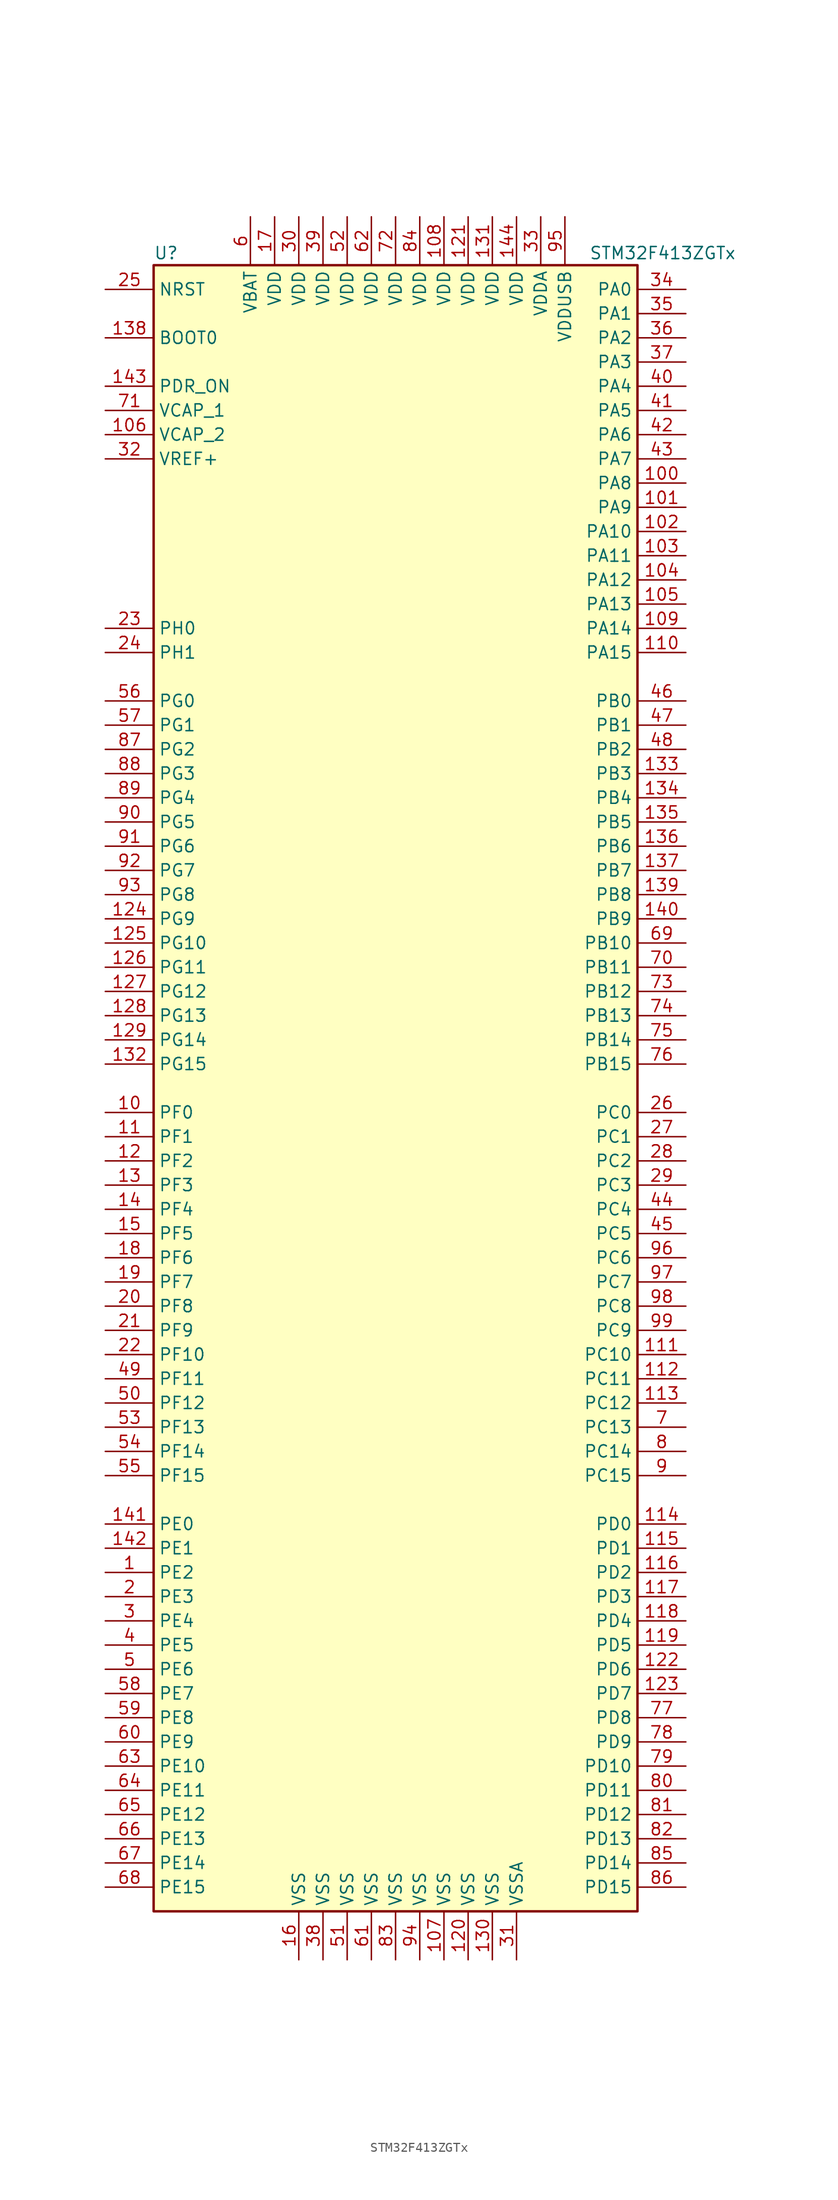
<source format=kicad_sym>
(kicad_symbol_lib
  (version 20201005)
  (generator kicad_symbol_editor)
  (symbol "MCU_ST_STM32F4:STM32F413ZGTx"
    (property "Reference" "U"
      (at -25.4 87.63 0)
      (effects (font (size 1.27 1.27)) (justify left)))
    (property "Value" "STM32F413ZGTx"
      (at 20.32 87.63 0)
      (effects (font (size 1.27 1.27)) (justify left)))
    (symbol "STM32F413ZGTx_0_1"
      (rectangle (start -25.4 -86.36) (end 25.4 86.36) (stroke (width 0.254)) (fill (type background))))
    (symbol "STM32F413ZGTx_1_1"
      (pin input line (at -30.48 78.74 0) (length 5.08) (name "BOOT0" (effects (font (size 1.27 1.27)))) (number "138" (effects (font (size 1.27 1.27)))))
      (pin input line (at -30.48 83.82 0) (length 5.08) (name "NRST" (effects (font (size 1.27 1.27)))) (number "25" (effects (font (size 1.27 1.27)))))
      (pin bidirectional line (at 30.48 83.82 180) (length 5.08) (name "PA0" (effects (font (size 1.27 1.27)))) (number "34" (effects (font (size 1.27 1.27)))))
      (pin bidirectional line (at 30.48 81.28 180) (length 5.08) (name "PA1" (effects (font (size 1.27 1.27)))) (number "35" (effects (font (size 1.27 1.27)))))
      (pin bidirectional line (at 30.48 58.42 180) (length 5.08) (name "PA10" (effects (font (size 1.27 1.27)))) (number "102" (effects (font (size 1.27 1.27)))))
      (pin bidirectional line (at 30.48 55.88 180) (length 5.08) (name "PA11" (effects (font (size 1.27 1.27)))) (number "103" (effects (font (size 1.27 1.27)))))
      (pin bidirectional line (at 30.48 53.34 180) (length 5.08) (name "PA12" (effects (font (size 1.27 1.27)))) (number "104" (effects (font (size 1.27 1.27)))))
      (pin bidirectional line (at 30.48 50.8 180) (length 5.08) (name "PA13" (effects (font (size 1.27 1.27)))) (number "105" (effects (font (size 1.27 1.27)))))
      (pin bidirectional line (at 30.48 48.26 180) (length 5.08) (name "PA14" (effects (font (size 1.27 1.27)))) (number "109" (effects (font (size 1.27 1.27)))))
      (pin bidirectional line (at 30.48 45.72 180) (length 5.08) (name "PA15" (effects (font (size 1.27 1.27)))) (number "110" (effects (font (size 1.27 1.27)))))
      (pin bidirectional line (at 30.48 78.74 180) (length 5.08) (name "PA2" (effects (font (size 1.27 1.27)))) (number "36" (effects (font (size 1.27 1.27)))))
      (pin bidirectional line (at 30.48 76.2 180) (length 5.08) (name "PA3" (effects (font (size 1.27 1.27)))) (number "37" (effects (font (size 1.27 1.27)))))
      (pin bidirectional line (at 30.48 73.66 180) (length 5.08) (name "PA4" (effects (font (size 1.27 1.27)))) (number "40" (effects (font (size 1.27 1.27)))))
      (pin bidirectional line (at 30.48 71.12 180) (length 5.08) (name "PA5" (effects (font (size 1.27 1.27)))) (number "41" (effects (font (size 1.27 1.27)))))
      (pin bidirectional line (at 30.48 68.58 180) (length 5.08) (name "PA6" (effects (font (size 1.27 1.27)))) (number "42" (effects (font (size 1.27 1.27)))))
      (pin bidirectional line (at 30.48 66.04 180) (length 5.08) (name "PA7" (effects (font (size 1.27 1.27)))) (number "43" (effects (font (size 1.27 1.27)))))
      (pin bidirectional line (at 30.48 63.5 180) (length 5.08) (name "PA8" (effects (font (size 1.27 1.27)))) (number "100" (effects (font (size 1.27 1.27)))))
      (pin bidirectional line (at 30.48 60.96 180) (length 5.08) (name "PA9" (effects (font (size 1.27 1.27)))) (number "101" (effects (font (size 1.27 1.27)))))
      (pin bidirectional line (at 30.48 40.64 180) (length 5.08) (name "PB0" (effects (font (size 1.27 1.27)))) (number "46" (effects (font (size 1.27 1.27)))))
      (pin bidirectional line (at 30.48 38.1 180) (length 5.08) (name "PB1" (effects (font (size 1.27 1.27)))) (number "47" (effects (font (size 1.27 1.27)))))
      (pin bidirectional line (at 30.48 15.24 180) (length 5.08) (name "PB10" (effects (font (size 1.27 1.27)))) (number "69" (effects (font (size 1.27 1.27)))))
      (pin bidirectional line (at 30.48 12.7 180) (length 5.08) (name "PB11" (effects (font (size 1.27 1.27)))) (number "70" (effects (font (size 1.27 1.27)))))
      (pin bidirectional line (at 30.48 10.16 180) (length 5.08) (name "PB12" (effects (font (size 1.27 1.27)))) (number "73" (effects (font (size 1.27 1.27)))))
      (pin bidirectional line (at 30.48 7.62 180) (length 5.08) (name "PB13" (effects (font (size 1.27 1.27)))) (number "74" (effects (font (size 1.27 1.27)))))
      (pin bidirectional line (at 30.48 5.08 180) (length 5.08) (name "PB14" (effects (font (size 1.27 1.27)))) (number "75" (effects (font (size 1.27 1.27)))))
      (pin bidirectional line (at 30.48 2.54 180) (length 5.08) (name "PB15" (effects (font (size 1.27 1.27)))) (number "76" (effects (font (size 1.27 1.27)))))
      (pin bidirectional line (at 30.48 35.56 180) (length 5.08) (name "PB2" (effects (font (size 1.27 1.27)))) (number "48" (effects (font (size 1.27 1.27)))))
      (pin bidirectional line (at 30.48 33.02 180) (length 5.08) (name "PB3" (effects (font (size 1.27 1.27)))) (number "133" (effects (font (size 1.27 1.27)))))
      (pin bidirectional line (at 30.48 30.48 180) (length 5.08) (name "PB4" (effects (font (size 1.27 1.27)))) (number "134" (effects (font (size 1.27 1.27)))))
      (pin bidirectional line (at 30.48 27.94 180) (length 5.08) (name "PB5" (effects (font (size 1.27 1.27)))) (number "135" (effects (font (size 1.27 1.27)))))
      (pin bidirectional line (at 30.48 25.4 180) (length 5.08) (name "PB6" (effects (font (size 1.27 1.27)))) (number "136" (effects (font (size 1.27 1.27)))))
      (pin bidirectional line (at 30.48 22.86 180) (length 5.08) (name "PB7" (effects (font (size 1.27 1.27)))) (number "137" (effects (font (size 1.27 1.27)))))
      (pin bidirectional line (at 30.48 20.32 180) (length 5.08) (name "PB8" (effects (font (size 1.27 1.27)))) (number "139" (effects (font (size 1.27 1.27)))))
      (pin bidirectional line (at 30.48 17.78 180) (length 5.08) (name "PB9" (effects (font (size 1.27 1.27)))) (number "140" (effects (font (size 1.27 1.27)))))
      (pin bidirectional line (at 30.48 -2.54 180) (length 5.08) (name "PC0" (effects (font (size 1.27 1.27)))) (number "26" (effects (font (size 1.27 1.27)))))
      (pin bidirectional line (at 30.48 -5.08 180) (length 5.08) (name "PC1" (effects (font (size 1.27 1.27)))) (number "27" (effects (font (size 1.27 1.27)))))
      (pin bidirectional line (at 30.48 -27.94 180) (length 5.08) (name "PC10" (effects (font (size 1.27 1.27)))) (number "111" (effects (font (size 1.27 1.27)))))
      (pin bidirectional line (at 30.48 -30.48 180) (length 5.08) (name "PC11" (effects (font (size 1.27 1.27)))) (number "112" (effects (font (size 1.27 1.27)))))
      (pin bidirectional line (at 30.48 -33.02 180) (length 5.08) (name "PC12" (effects (font (size 1.27 1.27)))) (number "113" (effects (font (size 1.27 1.27)))))
      (pin bidirectional line (at 30.48 -35.56 180) (length 5.08) (name "PC13" (effects (font (size 1.27 1.27)))) (number "7" (effects (font (size 1.27 1.27)))))
      (pin bidirectional line (at 30.48 -38.1 180) (length 5.08) (name "PC14" (effects (font (size 1.27 1.27)))) (number "8" (effects (font (size 1.27 1.27)))))
      (pin bidirectional line (at 30.48 -40.64 180) (length 5.08) (name "PC15" (effects (font (size 1.27 1.27)))) (number "9" (effects (font (size 1.27 1.27)))))
      (pin bidirectional line (at 30.48 -7.62 180) (length 5.08) (name "PC2" (effects (font (size 1.27 1.27)))) (number "28" (effects (font (size 1.27 1.27)))))
      (pin bidirectional line (at 30.48 -10.16 180) (length 5.08) (name "PC3" (effects (font (size 1.27 1.27)))) (number "29" (effects (font (size 1.27 1.27)))))
      (pin bidirectional line (at 30.48 -12.7 180) (length 5.08) (name "PC4" (effects (font (size 1.27 1.27)))) (number "44" (effects (font (size 1.27 1.27)))))
      (pin bidirectional line (at 30.48 -15.24 180) (length 5.08) (name "PC5" (effects (font (size 1.27 1.27)))) (number "45" (effects (font (size 1.27 1.27)))))
      (pin bidirectional line (at 30.48 -17.78 180) (length 5.08) (name "PC6" (effects (font (size 1.27 1.27)))) (number "96" (effects (font (size 1.27 1.27)))))
      (pin bidirectional line (at 30.48 -20.32 180) (length 5.08) (name "PC7" (effects (font (size 1.27 1.27)))) (number "97" (effects (font (size 1.27 1.27)))))
      (pin bidirectional line (at 30.48 -22.86 180) (length 5.08) (name "PC8" (effects (font (size 1.27 1.27)))) (number "98" (effects (font (size 1.27 1.27)))))
      (pin bidirectional line (at 30.48 -25.4 180) (length 5.08) (name "PC9" (effects (font (size 1.27 1.27)))) (number "99" (effects (font (size 1.27 1.27)))))
      (pin bidirectional line (at 30.48 -45.72 180) (length 5.08) (name "PD0" (effects (font (size 1.27 1.27)))) (number "114" (effects (font (size 1.27 1.27)))))
      (pin bidirectional line (at 30.48 -48.26 180) (length 5.08) (name "PD1" (effects (font (size 1.27 1.27)))) (number "115" (effects (font (size 1.27 1.27)))))
      (pin bidirectional line (at 30.48 -71.12 180) (length 5.08) (name "PD10" (effects (font (size 1.27 1.27)))) (number "79" (effects (font (size 1.27 1.27)))))
      (pin bidirectional line (at 30.48 -73.66 180) (length 5.08) (name "PD11" (effects (font (size 1.27 1.27)))) (number "80" (effects (font (size 1.27 1.27)))))
      (pin bidirectional line (at 30.48 -76.2 180) (length 5.08) (name "PD12" (effects (font (size 1.27 1.27)))) (number "81" (effects (font (size 1.27 1.27)))))
      (pin bidirectional line (at 30.48 -78.74 180) (length 5.08) (name "PD13" (effects (font (size 1.27 1.27)))) (number "82" (effects (font (size 1.27 1.27)))))
      (pin bidirectional line (at 30.48 -81.28 180) (length 5.08) (name "PD14" (effects (font (size 1.27 1.27)))) (number "85" (effects (font (size 1.27 1.27)))))
      (pin bidirectional line (at 30.48 -83.82 180) (length 5.08) (name "PD15" (effects (font (size 1.27 1.27)))) (number "86" (effects (font (size 1.27 1.27)))))
      (pin bidirectional line (at 30.48 -50.8 180) (length 5.08) (name "PD2" (effects (font (size 1.27 1.27)))) (number "116" (effects (font (size 1.27 1.27)))))
      (pin bidirectional line (at 30.48 -53.34 180) (length 5.08) (name "PD3" (effects (font (size 1.27 1.27)))) (number "117" (effects (font (size 1.27 1.27)))))
      (pin bidirectional line (at 30.48 -55.88 180) (length 5.08) (name "PD4" (effects (font (size 1.27 1.27)))) (number "118" (effects (font (size 1.27 1.27)))))
      (pin bidirectional line (at 30.48 -58.42 180) (length 5.08) (name "PD5" (effects (font (size 1.27 1.27)))) (number "119" (effects (font (size 1.27 1.27)))))
      (pin bidirectional line (at 30.48 -60.96 180) (length 5.08) (name "PD6" (effects (font (size 1.27 1.27)))) (number "122" (effects (font (size 1.27 1.27)))))
      (pin bidirectional line (at 30.48 -63.5 180) (length 5.08) (name "PD7" (effects (font (size 1.27 1.27)))) (number "123" (effects (font (size 1.27 1.27)))))
      (pin bidirectional line (at 30.48 -66.04 180) (length 5.08) (name "PD8" (effects (font (size 1.27 1.27)))) (number "77" (effects (font (size 1.27 1.27)))))
      (pin bidirectional line (at 30.48 -68.58 180) (length 5.08) (name "PD9" (effects (font (size 1.27 1.27)))) (number "78" (effects (font (size 1.27 1.27)))))
      (pin power_in line (at -30.48 73.66 0) (length 5.08) (name "PDR_ON" (effects (font (size 1.27 1.27)))) (number "143" (effects (font (size 1.27 1.27)))))
      (pin bidirectional line (at -30.48 -45.72 0) (length 5.08) (name "PE0" (effects (font (size 1.27 1.27)))) (number "141" (effects (font (size 1.27 1.27)))))
      (pin bidirectional line (at -30.48 -48.26 0) (length 5.08) (name "PE1" (effects (font (size 1.27 1.27)))) (number "142" (effects (font (size 1.27 1.27)))))
      (pin bidirectional line (at -30.48 -71.12 0) (length 5.08) (name "PE10" (effects (font (size 1.27 1.27)))) (number "63" (effects (font (size 1.27 1.27)))))
      (pin bidirectional line (at -30.48 -73.66 0) (length 5.08) (name "PE11" (effects (font (size 1.27 1.27)))) (number "64" (effects (font (size 1.27 1.27)))))
      (pin bidirectional line (at -30.48 -76.2 0) (length 5.08) (name "PE12" (effects (font (size 1.27 1.27)))) (number "65" (effects (font (size 1.27 1.27)))))
      (pin bidirectional line (at -30.48 -78.74 0) (length 5.08) (name "PE13" (effects (font (size 1.27 1.27)))) (number "66" (effects (font (size 1.27 1.27)))))
      (pin bidirectional line (at -30.48 -81.28 0) (length 5.08) (name "PE14" (effects (font (size 1.27 1.27)))) (number "67" (effects (font (size 1.27 1.27)))))
      (pin bidirectional line (at -30.48 -83.82 0) (length 5.08) (name "PE15" (effects (font (size 1.27 1.27)))) (number "68" (effects (font (size 1.27 1.27)))))
      (pin bidirectional line (at -30.48 -50.8 0) (length 5.08) (name "PE2" (effects (font (size 1.27 1.27)))) (number "1" (effects (font (size 1.27 1.27)))))
      (pin bidirectional line (at -30.48 -53.34 0) (length 5.08) (name "PE3" (effects (font (size 1.27 1.27)))) (number "2" (effects (font (size 1.27 1.27)))))
      (pin bidirectional line (at -30.48 -55.88 0) (length 5.08) (name "PE4" (effects (font (size 1.27 1.27)))) (number "3" (effects (font (size 1.27 1.27)))))
      (pin bidirectional line (at -30.48 -58.42 0) (length 5.08) (name "PE5" (effects (font (size 1.27 1.27)))) (number "4" (effects (font (size 1.27 1.27)))))
      (pin bidirectional line (at -30.48 -60.96 0) (length 5.08) (name "PE6" (effects (font (size 1.27 1.27)))) (number "5" (effects (font (size 1.27 1.27)))))
      (pin bidirectional line (at -30.48 -63.5 0) (length 5.08) (name "PE7" (effects (font (size 1.27 1.27)))) (number "58" (effects (font (size 1.27 1.27)))))
      (pin bidirectional line (at -30.48 -66.04 0) (length 5.08) (name "PE8" (effects (font (size 1.27 1.27)))) (number "59" (effects (font (size 1.27 1.27)))))
      (pin bidirectional line (at -30.48 -68.58 0) (length 5.08) (name "PE9" (effects (font (size 1.27 1.27)))) (number "60" (effects (font (size 1.27 1.27)))))
      (pin bidirectional line (at -30.48 -2.54 0) (length 5.08) (name "PF0" (effects (font (size 1.27 1.27)))) (number "10" (effects (font (size 1.27 1.27)))))
      (pin bidirectional line (at -30.48 -5.08 0) (length 5.08) (name "PF1" (effects (font (size 1.27 1.27)))) (number "11" (effects (font (size 1.27 1.27)))))
      (pin bidirectional line (at -30.48 -27.94 0) (length 5.08) (name "PF10" (effects (font (size 1.27 1.27)))) (number "22" (effects (font (size 1.27 1.27)))))
      (pin bidirectional line (at -30.48 -30.48 0) (length 5.08) (name "PF11" (effects (font (size 1.27 1.27)))) (number "49" (effects (font (size 1.27 1.27)))))
      (pin bidirectional line (at -30.48 -33.02 0) (length 5.08) (name "PF12" (effects (font (size 1.27 1.27)))) (number "50" (effects (font (size 1.27 1.27)))))
      (pin bidirectional line (at -30.48 -35.56 0) (length 5.08) (name "PF13" (effects (font (size 1.27 1.27)))) (number "53" (effects (font (size 1.27 1.27)))))
      (pin bidirectional line (at -30.48 -38.1 0) (length 5.08) (name "PF14" (effects (font (size 1.27 1.27)))) (number "54" (effects (font (size 1.27 1.27)))))
      (pin bidirectional line (at -30.48 -40.64 0) (length 5.08) (name "PF15" (effects (font (size 1.27 1.27)))) (number "55" (effects (font (size 1.27 1.27)))))
      (pin bidirectional line (at -30.48 -7.62 0) (length 5.08) (name "PF2" (effects (font (size 1.27 1.27)))) (number "12" (effects (font (size 1.27 1.27)))))
      (pin bidirectional line (at -30.48 -10.16 0) (length 5.08) (name "PF3" (effects (font (size 1.27 1.27)))) (number "13" (effects (font (size 1.27 1.27)))))
      (pin bidirectional line (at -30.48 -12.7 0) (length 5.08) (name "PF4" (effects (font (size 1.27 1.27)))) (number "14" (effects (font (size 1.27 1.27)))))
      (pin bidirectional line (at -30.48 -15.24 0) (length 5.08) (name "PF5" (effects (font (size 1.27 1.27)))) (number "15" (effects (font (size 1.27 1.27)))))
      (pin bidirectional line (at -30.48 -17.78 0) (length 5.08) (name "PF6" (effects (font (size 1.27 1.27)))) (number "18" (effects (font (size 1.27 1.27)))))
      (pin bidirectional line (at -30.48 -20.32 0) (length 5.08) (name "PF7" (effects (font (size 1.27 1.27)))) (number "19" (effects (font (size 1.27 1.27)))))
      (pin bidirectional line (at -30.48 -22.86 0) (length 5.08) (name "PF8" (effects (font (size 1.27 1.27)))) (number "20" (effects (font (size 1.27 1.27)))))
      (pin bidirectional line (at -30.48 -25.4 0) (length 5.08) (name "PF9" (effects (font (size 1.27 1.27)))) (number "21" (effects (font (size 1.27 1.27)))))
      (pin bidirectional line (at -30.48 40.64 0) (length 5.08) (name "PG0" (effects (font (size 1.27 1.27)))) (number "56" (effects (font (size 1.27 1.27)))))
      (pin bidirectional line (at -30.48 38.1 0) (length 5.08) (name "PG1" (effects (font (size 1.27 1.27)))) (number "57" (effects (font (size 1.27 1.27)))))
      (pin bidirectional line (at -30.48 15.24 0) (length 5.08) (name "PG10" (effects (font (size 1.27 1.27)))) (number "125" (effects (font (size 1.27 1.27)))))
      (pin bidirectional line (at -30.48 12.7 0) (length 5.08) (name "PG11" (effects (font (size 1.27 1.27)))) (number "126" (effects (font (size 1.27 1.27)))))
      (pin bidirectional line (at -30.48 10.16 0) (length 5.08) (name "PG12" (effects (font (size 1.27 1.27)))) (number "127" (effects (font (size 1.27 1.27)))))
      (pin bidirectional line (at -30.48 7.62 0) (length 5.08) (name "PG13" (effects (font (size 1.27 1.27)))) (number "128" (effects (font (size 1.27 1.27)))))
      (pin bidirectional line (at -30.48 5.08 0) (length 5.08) (name "PG14" (effects (font (size 1.27 1.27)))) (number "129" (effects (font (size 1.27 1.27)))))
      (pin bidirectional line (at -30.48 2.54 0) (length 5.08) (name "PG15" (effects (font (size 1.27 1.27)))) (number "132" (effects (font (size 1.27 1.27)))))
      (pin bidirectional line (at -30.48 35.56 0) (length 5.08) (name "PG2" (effects (font (size 1.27 1.27)))) (number "87" (effects (font (size 1.27 1.27)))))
      (pin bidirectional line (at -30.48 33.02 0) (length 5.08) (name "PG3" (effects (font (size 1.27 1.27)))) (number "88" (effects (font (size 1.27 1.27)))))
      (pin bidirectional line (at -30.48 30.48 0) (length 5.08) (name "PG4" (effects (font (size 1.27 1.27)))) (number "89" (effects (font (size 1.27 1.27)))))
      (pin bidirectional line (at -30.48 27.94 0) (length 5.08) (name "PG5" (effects (font (size 1.27 1.27)))) (number "90" (effects (font (size 1.27 1.27)))))
      (pin bidirectional line (at -30.48 25.4 0) (length 5.08) (name "PG6" (effects (font (size 1.27 1.27)))) (number "91" (effects (font (size 1.27 1.27)))))
      (pin bidirectional line (at -30.48 22.86 0) (length 5.08) (name "PG7" (effects (font (size 1.27 1.27)))) (number "92" (effects (font (size 1.27 1.27)))))
      (pin bidirectional line (at -30.48 20.32 0) (length 5.08) (name "PG8" (effects (font (size 1.27 1.27)))) (number "93" (effects (font (size 1.27 1.27)))))
      (pin bidirectional line (at -30.48 17.78 0) (length 5.08) (name "PG9" (effects (font (size 1.27 1.27)))) (number "124" (effects (font (size 1.27 1.27)))))
      (pin input line (at -30.48 48.26 0) (length 5.08) (name "PH0" (effects (font (size 1.27 1.27)))) (number "23" (effects (font (size 1.27 1.27)))))
      (pin input line (at -30.48 45.72 0) (length 5.08) (name "PH1" (effects (font (size 1.27 1.27)))) (number "24" (effects (font (size 1.27 1.27)))))
      (pin power_in line (at -15.24 91.44 270) (length 5.08) (name "VBAT" (effects (font (size 1.27 1.27)))) (number "6" (effects (font (size 1.27 1.27)))))
      (pin power_in line (at -30.48 71.12 0) (length 5.08) (name "VCAP_1" (effects (font (size 1.27 1.27)))) (number "71" (effects (font (size 1.27 1.27)))))
      (pin power_in line (at -30.48 68.58 0) (length 5.08) (name "VCAP_2" (effects (font (size 1.27 1.27)))) (number "106" (effects (font (size 1.27 1.27)))))
      (pin power_in line (at 5.08 91.44 270) (length 5.08) (name "VDD" (effects (font (size 1.27 1.27)))) (number "108" (effects (font (size 1.27 1.27)))))
      (pin power_in line (at 7.62 91.44 270) (length 5.08) (name "VDD" (effects (font (size 1.27 1.27)))) (number "121" (effects (font (size 1.27 1.27)))))
      (pin power_in line (at 10.16 91.44 270) (length 5.08) (name "VDD" (effects (font (size 1.27 1.27)))) (number "131" (effects (font (size 1.27 1.27)))))
      (pin power_in line (at 12.7 91.44 270) (length 5.08) (name "VDD" (effects (font (size 1.27 1.27)))) (number "144" (effects (font (size 1.27 1.27)))))
      (pin power_in line (at -12.7 91.44 270) (length 5.08) (name "VDD" (effects (font (size 1.27 1.27)))) (number "17" (effects (font (size 1.27 1.27)))))
      (pin power_in line (at -10.16 91.44 270) (length 5.08) (name "VDD" (effects (font (size 1.27 1.27)))) (number "30" (effects (font (size 1.27 1.27)))))
      (pin power_in line (at -7.62 91.44 270) (length 5.08) (name "VDD" (effects (font (size 1.27 1.27)))) (number "39" (effects (font (size 1.27 1.27)))))
      (pin power_in line (at -5.08 91.44 270) (length 5.08) (name "VDD" (effects (font (size 1.27 1.27)))) (number "52" (effects (font (size 1.27 1.27)))))
      (pin power_in line (at -2.54 91.44 270) (length 5.08) (name "VDD" (effects (font (size 1.27 1.27)))) (number "62" (effects (font (size 1.27 1.27)))))
      (pin power_in line (at 0 91.44 270) (length 5.08) (name "VDD" (effects (font (size 1.27 1.27)))) (number "72" (effects (font (size 1.27 1.27)))))
      (pin power_in line (at 2.54 91.44 270) (length 5.08) (name "VDD" (effects (font (size 1.27 1.27)))) (number "84" (effects (font (size 1.27 1.27)))))
      (pin power_in line (at 15.24 91.44 270) (length 5.08) (name "VDDA" (effects (font (size 1.27 1.27)))) (number "33" (effects (font (size 1.27 1.27)))))
      (pin power_in line (at 17.78 91.44 270) (length 5.08) (name "VDDUSB" (effects (font (size 1.27 1.27)))) (number "95" (effects (font (size 1.27 1.27)))))
      (pin power_in line (at -30.48 66.04 0) (length 5.08) (name "VREF+" (effects (font (size 1.27 1.27)))) (number "32" (effects (font (size 1.27 1.27)))))
      (pin power_in line (at 5.08 -91.44 90) (length 5.08) (name "VSS" (effects (font (size 1.27 1.27)))) (number "107" (effects (font (size 1.27 1.27)))))
      (pin power_in line (at 7.62 -91.44 90) (length 5.08) (name "VSS" (effects (font (size 1.27 1.27)))) (number "120" (effects (font (size 1.27 1.27)))))
      (pin power_in line (at 10.16 -91.44 90) (length 5.08) (name "VSS" (effects (font (size 1.27 1.27)))) (number "130" (effects (font (size 1.27 1.27)))))
      (pin power_in line (at -10.16 -91.44 90) (length 5.08) (name "VSS" (effects (font (size 1.27 1.27)))) (number "16" (effects (font (size 1.27 1.27)))))
      (pin power_in line (at -7.62 -91.44 90) (length 5.08) (name "VSS" (effects (font (size 1.27 1.27)))) (number "38" (effects (font (size 1.27 1.27)))))
      (pin power_in line (at -5.08 -91.44 90) (length 5.08) (name "VSS" (effects (font (size 1.27 1.27)))) (number "51" (effects (font (size 1.27 1.27)))))
      (pin power_in line (at -2.54 -91.44 90) (length 5.08) (name "VSS" (effects (font (size 1.27 1.27)))) (number "61" (effects (font (size 1.27 1.27)))))
      (pin power_in line (at 0 -91.44 90) (length 5.08) (name "VSS" (effects (font (size 1.27 1.27)))) (number "83" (effects (font (size 1.27 1.27)))))
      (pin power_in line (at 2.54 -91.44 90) (length 5.08) (name "VSS" (effects (font (size 1.27 1.27)))) (number "94" (effects (font (size 1.27 1.27)))))
      (pin power_in line (at 12.7 -91.44 90) (length 5.08) (name "VSSA" (effects (font (size 1.27 1.27)))) (number "31" (effects (font (size 1.27 1.27))))))))
</source>
